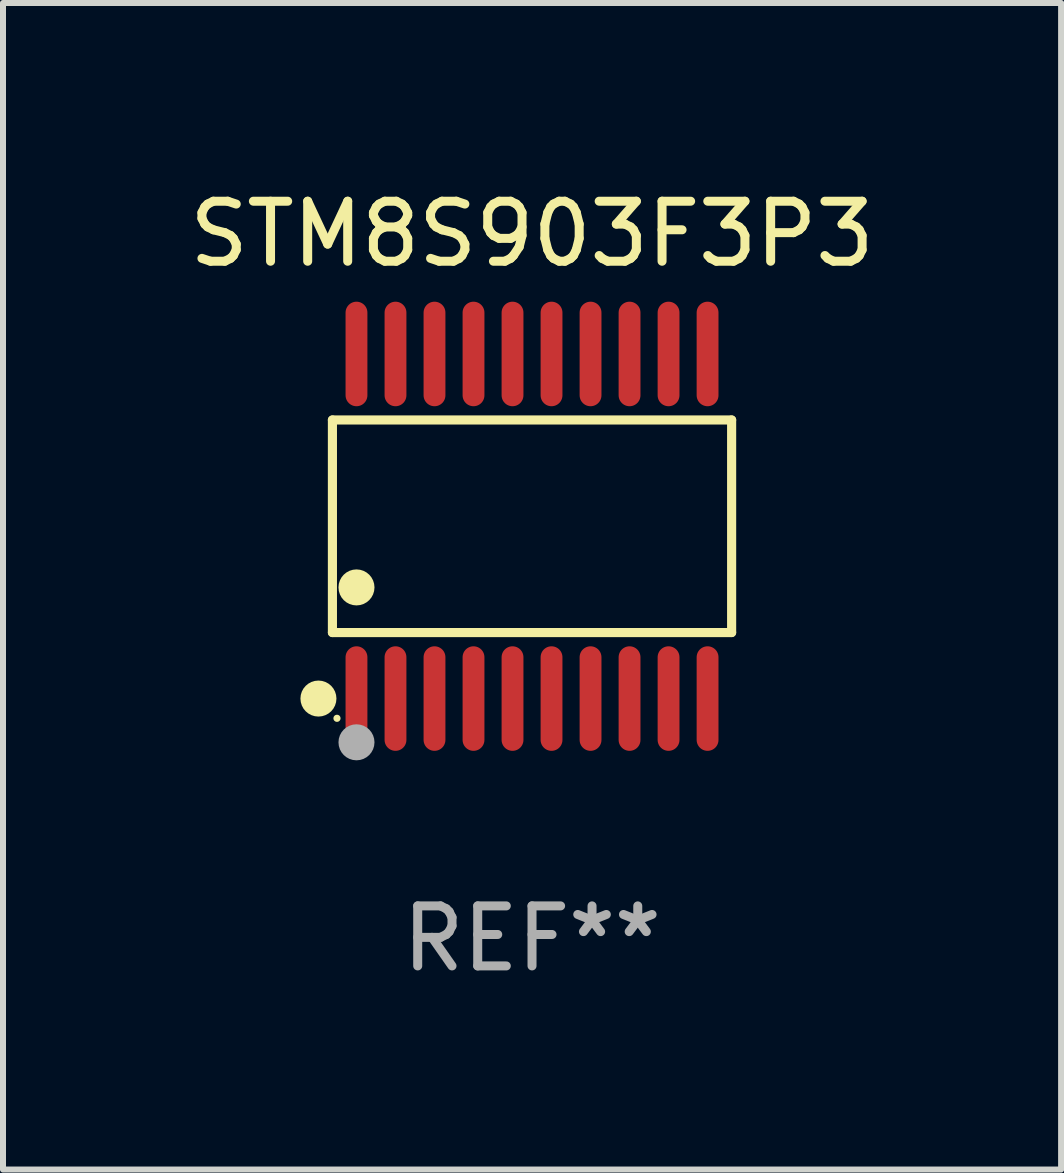
<source format=kicad_pcb>
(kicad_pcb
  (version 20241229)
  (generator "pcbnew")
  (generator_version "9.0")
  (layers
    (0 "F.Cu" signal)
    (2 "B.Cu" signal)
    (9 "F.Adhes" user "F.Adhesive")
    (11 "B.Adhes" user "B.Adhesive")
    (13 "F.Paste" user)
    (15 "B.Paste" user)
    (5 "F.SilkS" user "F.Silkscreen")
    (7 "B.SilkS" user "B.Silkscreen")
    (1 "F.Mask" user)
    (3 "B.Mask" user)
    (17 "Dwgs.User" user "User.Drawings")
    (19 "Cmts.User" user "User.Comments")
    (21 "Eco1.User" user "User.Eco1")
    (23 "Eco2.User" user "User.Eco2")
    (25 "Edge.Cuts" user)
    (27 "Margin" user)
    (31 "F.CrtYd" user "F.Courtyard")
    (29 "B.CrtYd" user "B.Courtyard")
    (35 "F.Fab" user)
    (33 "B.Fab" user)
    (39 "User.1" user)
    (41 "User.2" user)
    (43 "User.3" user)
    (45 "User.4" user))
  (footprint "STM8S903F3P3"
    (layer "F.Cu")
    (at 5.815 5.719)
    (property "Reference" "STM8S903F3P3" (at 0 -4.871 0) (layer "F.SilkS") (effects (font (size 1 1) (thickness 0.15))))
    (attr through_hole)
    (fp_line (start -3.326 -1.771) (end 3.326 -1.771) (stroke (width 0.152) (type solid)) (layer "F.SilkS"))
    (fp_line (start -3.326 1.771) (end -3.326 -1.771) (stroke (width 0.152) (type solid)) (layer "F.SilkS"))
    (fp_line (start 3.326 -1.771) (end 3.326 1.771) (stroke (width 0.152) (type solid)) (layer "F.SilkS"))
    (fp_line (start 3.326 1.771) (end -3.326 1.771) (stroke (width 0.152) (type solid)) (layer "F.SilkS"))
    (fp_circle (center -3.559 2.871) (end -3.409 2.871) (stroke (width 0.3) (type solid)) (fill no) (layer "F.SilkS"))
    (fp_circle (center -3.25 3.2) (end -3.22 3.2) (stroke (width 0.06) (type solid)) (fill no) (layer "F.SilkS"))
    (fp_circle (center -2.925 1.019) (end -2.775 1.019) (stroke (width 0.3) (type solid)) (fill no) (layer "F.SilkS"))
    (fp_circle (center -2.925 3.6) (end -2.775 3.6) (stroke (width 0.3) (type solid)) (fill no) (layer "F.Fab"))
    (fp_text user "REF**" (at 0 6.871 0) (layer "F.Fab") (effects (font (size 1 1) (thickness 0.15))))
    (pad "1" smd oval (at -2.925 2.871) (size 0.364 1.742) (layers "F.Cu" "F.Mask" "F.Paste"))
    (pad "2" smd oval (at -2.275 2.871) (size 0.364 1.742) (layers "F.Cu" "F.Mask" "F.Paste"))
    (pad "3" smd oval (at -1.625 2.871) (size 0.364 1.742) (layers "F.Cu" "F.Mask" "F.Paste"))
    (pad "4" smd oval (at -0.975 2.871) (size 0.364 1.742) (layers "F.Cu" "F.Mask" "F.Paste"))
    (pad "5" smd oval (at -0.325 2.871) (size 0.364 1.742) (layers "F.Cu" "F.Mask" "F.Paste"))
    (pad "6" smd oval (at 0.325 2.871) (size 0.364 1.742) (layers "F.Cu" "F.Mask" "F.Paste"))
    (pad "7" smd oval (at 0.975 2.871) (size 0.364 1.742) (layers "F.Cu" "F.Mask" "F.Paste"))
    (pad "8" smd oval (at 1.625 2.871) (size 0.364 1.742) (layers "F.Cu" "F.Mask" "F.Paste"))
    (pad "9" smd oval (at 2.275 2.871) (size 0.364 1.742) (layers "F.Cu" "F.Mask" "F.Paste"))
    (pad "10" smd oval (at 2.925 2.871) (size 0.364 1.742) (layers "F.Cu" "F.Mask" "F.Paste"))
    (pad "11" smd oval (at 2.925 -2.871) (size 0.364 1.742) (layers "F.Cu" "F.Mask" "F.Paste"))
    (pad "12" smd oval (at 2.275 -2.871) (size 0.364 1.742) (layers "F.Cu" "F.Mask" "F.Paste"))
    (pad "13" smd oval (at 1.625 -2.871) (size 0.364 1.742) (layers "F.Cu" "F.Mask" "F.Paste"))
    (pad "14" smd oval (at 0.975 -2.871) (size 0.364 1.742) (layers "F.Cu" "F.Mask" "F.Paste"))
    (pad "15" smd oval (at 0.325 -2.871) (size 0.364 1.742) (layers "F.Cu" "F.Mask" "F.Paste"))
    (pad "16" smd oval (at -0.325 -2.871) (size 0.364 1.742) (layers "F.Cu" "F.Mask" "F.Paste"))
    (pad "17" smd oval (at -0.975 -2.871) (size 0.364 1.742) (layers "F.Cu" "F.Mask" "F.Paste"))
    (pad "18" smd oval (at -1.625 -2.871) (size 0.364 1.742) (layers "F.Cu" "F.Mask" "F.Paste"))
    (pad "19" smd oval (at -2.275 -2.871) (size 0.364 1.742) (layers "F.Cu" "F.Mask" "F.Paste"))
    (pad "20" smd oval (at -2.925 -2.871) (size 0.364 1.742) (layers "F.Cu" "F.Mask" "F.Paste")))
  (gr_rect
    (start -3 -3)
    (end 14.631 16.438)
    (stroke (width 0.1) (type default))
    (fill no)
    (layer "Edge.Cuts")))
</source>
